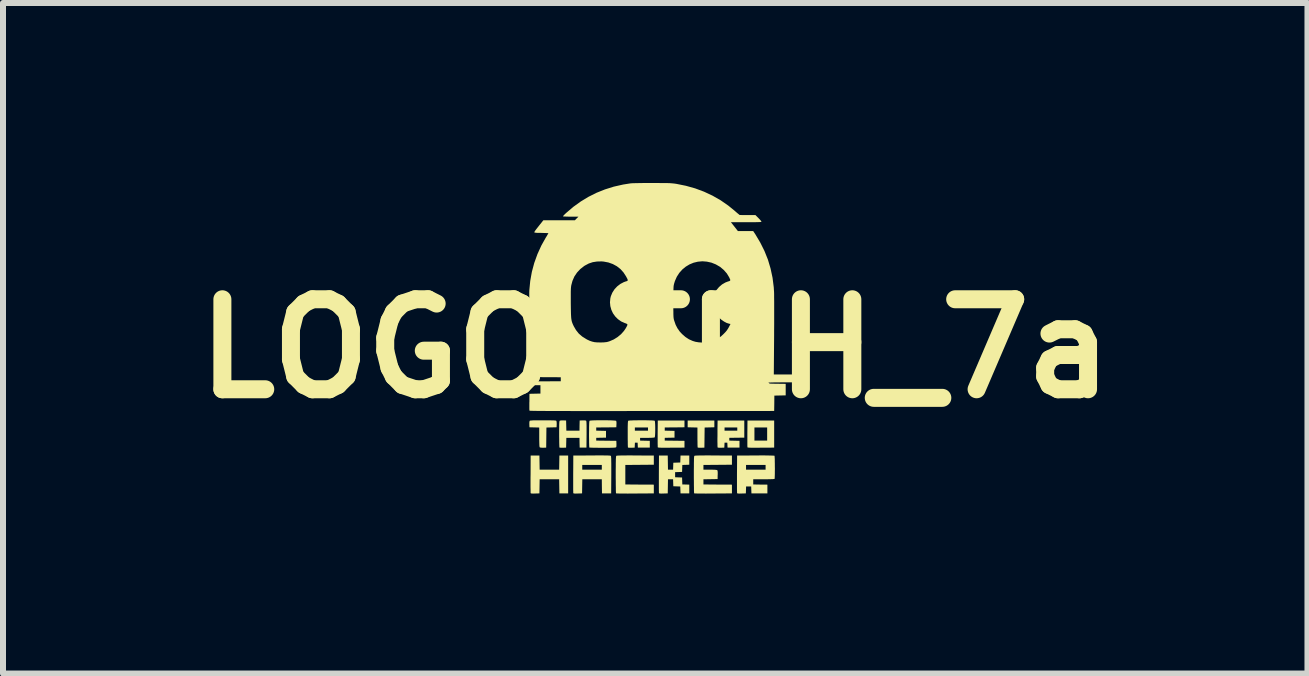
<source format=kicad_pcb>
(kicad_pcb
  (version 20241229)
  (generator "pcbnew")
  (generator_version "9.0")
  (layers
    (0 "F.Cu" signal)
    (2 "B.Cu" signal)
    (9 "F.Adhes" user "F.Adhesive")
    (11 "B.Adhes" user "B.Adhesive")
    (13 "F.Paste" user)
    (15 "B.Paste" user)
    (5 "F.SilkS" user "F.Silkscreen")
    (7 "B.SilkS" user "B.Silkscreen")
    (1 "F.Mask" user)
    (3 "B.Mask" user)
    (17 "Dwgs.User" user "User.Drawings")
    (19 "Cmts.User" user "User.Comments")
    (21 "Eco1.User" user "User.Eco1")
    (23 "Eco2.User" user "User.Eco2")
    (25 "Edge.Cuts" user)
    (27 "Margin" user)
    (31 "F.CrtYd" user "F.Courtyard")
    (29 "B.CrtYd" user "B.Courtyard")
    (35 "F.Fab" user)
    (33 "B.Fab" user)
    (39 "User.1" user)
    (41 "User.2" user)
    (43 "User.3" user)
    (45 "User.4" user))
  (footprint "LOGO_TRH_7a"
    (layer "F.Cu")
    (at 7.871 2.76)
    (property "Reference" "LOGO_TRH_7a" (at 0 0 0) (layer "F.SilkS") (effects (font (size 1.5 1.5) (thickness 0.3))))
    (attr board_only exclude_from_pos_files exclude_from_bom)
    (fp_poly (pts (xy 0.986 1.255) (xy 0.986 1.312) (xy 0.905 1.314) (xy 0.824 1.316) (xy 0.822 1.483) (xy 0.82 1.651) (xy 0.767 1.653) (xy 0.741 1.653) (xy 0.721 1.652) (xy 0.71 1.65) (xy 0.709 1.65) (xy 0.707 1.642) (xy 0.706 1.623) (xy 0.705 1.594) (xy 0.705 1.558) (xy 0.704 1.516) (xy 0.704 1.48) (xy 0.704 1.316) (xy 0.623 1.314) (xy 0.541 1.312) (xy 0.541 1.255) (xy 0.541 1.199) (xy 0.764 1.199) (xy 0.986 1.199)) (stroke (width 0) (type solid)) (fill yes) (layer "F.SilkS"))
    (fp_poly (pts (xy 1.983 1.425) (xy 1.983 1.651) (xy 1.762 1.652) (xy 1.699 1.653) (xy 1.649 1.653) (xy 1.609 1.653) (xy 1.579 1.652) (xy 1.559 1.651) (xy 1.545 1.649) (xy 1.539 1.647) (xy 1.537 1.646) (xy 1.537 1.637) (xy 1.536 1.617) (xy 1.536 1.587) (xy 1.536 1.548) (xy 1.536 1.503) (xy 1.536 1.453) (xy 1.536 1.425) (xy 1.654 1.425) (xy 1.654 1.534) (xy 1.76 1.534) (xy 1.866 1.534) (xy 1.866 1.425) (xy 1.866 1.315) (xy 1.76 1.315) (xy 1.654 1.315) (xy 1.654 1.425) (xy 1.536 1.425) (xy 1.536 1.418) (xy 1.538 1.199) (xy 1.76 1.199) (xy 1.983 1.199)) (stroke (width 0) (type solid)) (fill yes) (layer "F.SilkS"))
    (fp_poly (pts (xy -1.928 1.901) (xy -1.926 2.019) (xy -1.764 2.019) (xy -1.601 2.019) (xy -1.599 1.901) (xy -1.597 1.783) (xy -1.524 1.783) (xy -1.451 1.783) (xy -1.451 2.099) (xy -1.451 2.414) (xy -1.524 2.414) (xy -1.597 2.414) (xy -1.599 2.297) (xy -1.601 2.179) (xy -1.764 2.179) (xy -1.926 2.179) (xy -1.928 2.297) (xy -1.93 2.414) (xy -2.001 2.416) (xy -2.035 2.417) (xy -2.058 2.416) (xy -2.071 2.414) (xy -2.076 2.41) (xy -2.077 2.402) (xy -2.077 2.381) (xy -2.077 2.351) (xy -2.078 2.311) (xy -2.078 2.263) (xy -2.078 2.209) (xy -2.078 2.149) (xy -2.077 2.092) (xy -2.076 1.783) (xy -2.003 1.783) (xy -1.93 1.783)) (stroke (width 0) (type solid)) (fill yes) (layer "F.SilkS"))
    (fp_poly (pts (xy 0.488 1.255) (xy 0.488 1.312) (xy 0.324 1.314) (xy 0.159 1.315) (xy 0.159 1.342) (xy 0.159 1.368) (xy 0.241 1.37) (xy 0.322 1.372) (xy 0.322 1.428) (xy 0.322 1.485) (xy 0.241 1.486) (xy 0.159 1.488) (xy 0.159 1.511) (xy 0.159 1.534) (xy 0.324 1.536) (xy 0.488 1.538) (xy 0.488 1.594) (xy 0.488 1.651) (xy 0.267 1.652) (xy 0.205 1.653) (xy 0.154 1.653) (xy 0.115 1.653) (xy 0.085 1.652) (xy 0.064 1.651) (xy 0.051 1.649) (xy 0.044 1.647) (xy 0.043 1.646) (xy 0.042 1.637) (xy 0.042 1.617) (xy 0.041 1.587) (xy 0.041 1.548) (xy 0.041 1.503) (xy 0.041 1.453) (xy 0.041 1.418) (xy 0.043 1.199) (xy 0.266 1.199) (xy 0.488 1.199)) (stroke (width 0) (type solid)) (fill yes) (layer "F.SilkS"))
    (fp_poly (pts (xy -1.809 1.196) (xy -1.76 1.196) (xy -1.722 1.197) (xy -1.693 1.197) (xy -1.673 1.199) (xy -1.659 1.2) (xy -1.651 1.203) (xy -1.648 1.205) (xy -1.644 1.217) (xy -1.642 1.241) (xy -1.642 1.263) (xy -1.644 1.312) (xy -1.729 1.314) (xy -1.813 1.316) (xy -1.815 1.483) (xy -1.817 1.651) (xy -1.867 1.653) (xy -1.899 1.652) (xy -1.919 1.649) (xy -1.925 1.646) (xy -1.927 1.64) (xy -1.93 1.625) (xy -1.931 1.602) (xy -1.932 1.568) (xy -1.933 1.523) (xy -1.933 1.477) (xy -1.933 1.316) (xy -2.014 1.314) (xy -2.096 1.312) (xy -2.098 1.263) (xy -2.098 1.234) (xy -2.095 1.213) (xy -2.092 1.205) (xy -2.088 1.202) (xy -2.079 1.2) (xy -2.064 1.199) (xy -2.043 1.197) (xy -2.013 1.196) (xy -1.973 1.196) (xy -1.922 1.196) (xy -1.87 1.196)) (stroke (width 0) (type solid)) (fill yes) (layer "F.SilkS"))
    (fp_poly (pts (xy 1.485 1.342) (xy 1.485 1.485) (xy 1.36 1.486) (xy 1.235 1.488) (xy 1.235 1.511) (xy 1.235 1.534) (xy 1.32 1.536) (xy 1.405 1.538) (xy 1.405 1.594) (xy 1.405 1.651) (xy 1.305 1.651) (xy 1.206 1.651) (xy 1.204 1.609) (xy 1.202 1.568) (xy 1.179 1.568) (xy 1.156 1.568) (xy 1.154 1.609) (xy 1.152 1.651) (xy 1.098 1.653) (xy 1.068 1.653) (xy 1.049 1.651) (xy 1.041 1.648) (xy 1.039 1.646) (xy 1.039 1.637) (xy 1.038 1.617) (xy 1.038 1.587) (xy 1.037 1.548) (xy 1.037 1.503) (xy 1.038 1.453) (xy 1.038 1.418) (xy 1.038 1.342) (xy 1.156 1.342) (xy 1.156 1.368) (xy 1.262 1.368) (xy 1.368 1.368) (xy 1.368 1.342) (xy 1.368 1.315) (xy 1.262 1.315) (xy 1.156 1.315) (xy 1.156 1.342) (xy 1.038 1.342) (xy 1.04 1.199) (xy 1.262 1.199) (xy 1.485 1.199)) (stroke (width 0) (type solid)) (fill yes) (layer "F.SilkS"))
    (fp_poly (pts (xy -0.393 1.781) (xy -0.331 1.782) (xy -0.023 1.783) (xy -0.023 1.86) (xy -0.023 1.936) (xy -0.261 1.938) (xy -0.498 1.94) (xy -0.498 2.102) (xy -0.498 2.265) (xy -0.261 2.267) (xy -0.023 2.268) (xy -0.023 2.341) (xy -0.023 2.414) (xy -0.336 2.416) (xy -0.399 2.416) (xy -0.458 2.417) (xy -0.512 2.416) (xy -0.559 2.416) (xy -0.598 2.416) (xy -0.627 2.415) (xy -0.646 2.414) (xy -0.653 2.413) (xy -0.654 2.406) (xy -0.655 2.387) (xy -0.656 2.357) (xy -0.656 2.318) (xy -0.657 2.27) (xy -0.657 2.217) (xy -0.658 2.158) (xy -0.658 2.102) (xy -0.658 2.028) (xy -0.657 1.966) (xy -0.657 1.916) (xy -0.656 1.875) (xy -0.656 1.844) (xy -0.654 1.821) (xy -0.653 1.804) (xy -0.651 1.794) (xy -0.649 1.788) (xy -0.649 1.788) (xy -0.642 1.786) (xy -0.626 1.784) (xy -0.601 1.783) (xy -0.566 1.782) (xy -0.52 1.782) (xy -0.462 1.781)) (stroke (width 0) (type solid)) (fill yes) (layer "F.SilkS"))
    (fp_poly (pts (xy -1.533 1.197) (xy -1.485 1.199) (xy -1.483 1.284) (xy -1.481 1.368) (xy -1.372 1.368) (xy -1.262 1.368) (xy -1.261 1.284) (xy -1.259 1.199) (xy -1.208 1.197) (xy -1.179 1.197) (xy -1.161 1.199) (xy -1.151 1.203) (xy -1.15 1.204) (xy -1.148 1.211) (xy -1.146 1.227) (xy -1.145 1.251) (xy -1.144 1.286) (xy -1.144 1.332) (xy -1.144 1.389) (xy -1.144 1.432) (xy -1.146 1.651) (xy -1.202 1.651) (xy -1.259 1.651) (xy -1.261 1.569) (xy -1.262 1.488) (xy -1.372 1.488) (xy -1.481 1.488) (xy -1.483 1.569) (xy -1.485 1.651) (xy -1.538 1.653) (xy -1.563 1.653) (xy -1.584 1.652) (xy -1.595 1.65) (xy -1.596 1.65) (xy -1.597 1.642) (xy -1.598 1.623) (xy -1.599 1.594) (xy -1.6 1.556) (xy -1.6 1.511) (xy -1.601 1.461) (xy -1.601 1.428) (xy -1.601 1.367) (xy -1.6 1.317) (xy -1.6 1.279) (xy -1.599 1.25) (xy -1.598 1.229) (xy -1.596 1.215) (xy -1.594 1.206) (xy -1.591 1.203) (xy -1.579 1.199) (xy -1.556 1.197)) (stroke (width 0) (type solid)) (fill yes) (layer "F.SilkS"))
    (fp_poly (pts (xy -0.869 1.781) (xy -0.828 1.782) (xy -0.796 1.782) (xy -0.773 1.783) (xy -0.756 1.784) (xy -0.746 1.786) (xy -0.74 1.788) (xy -0.738 1.789) (xy -0.736 1.796) (xy -0.735 1.811) (xy -0.733 1.835) (xy -0.733 1.87) (xy -0.732 1.915) (xy -0.732 1.971) (xy -0.732 2.04) (xy -0.732 2.106) (xy -0.734 2.414) (xy -0.81 2.414) (xy -0.887 2.414) (xy -0.889 2.297) (xy -0.89 2.179) (xy -1.053 2.179) (xy -1.215 2.179) (xy -1.217 2.297) (xy -1.219 2.414) (xy -1.29 2.416) (xy -1.325 2.417) (xy -1.347 2.416) (xy -1.36 2.414) (xy -1.365 2.41) (xy -1.366 2.402) (xy -1.366 2.381) (xy -1.367 2.351) (xy -1.367 2.311) (xy -1.367 2.263) (xy -1.367 2.209) (xy -1.367 2.149) (xy -1.367 2.092) (xy -1.366 1.979) (xy -1.216 1.979) (xy -1.216 2.019) (xy -1.053 2.019) (xy -0.89 2.019) (xy -0.89 1.979) (xy -0.89 1.94) (xy -1.053 1.94) (xy -1.216 1.94) (xy -1.216 1.979) (xy -1.366 1.979) (xy -1.365 1.783) (xy -1.055 1.782) (xy -0.981 1.781) (xy -0.919 1.781)) (stroke (width 0) (type solid)) (fill yes) (layer "F.SilkS"))
    (fp_poly (pts (xy 0.211 1.901) (xy 0.213 2.019) (xy 0.256 2.019) (xy 0.298 2.019) (xy 0.3 1.961) (xy 0.302 1.903) (xy 0.36 1.901) (xy 0.418 1.899) (xy 0.42 1.841) (xy 0.422 1.783) (xy 0.495 1.783) (xy 0.568 1.783) (xy 0.568 1.86) (xy 0.568 1.936) (xy 0.51 1.938) (xy 0.452 1.94) (xy 0.45 1.998) (xy 0.448 2.056) (xy 0.39 2.058) (xy 0.332 2.06) (xy 0.332 2.102) (xy 0.332 2.145) (xy 0.39 2.147) (xy 0.448 2.149) (xy 0.45 2.207) (xy 0.452 2.265) (xy 0.51 2.266) (xy 0.568 2.268) (xy 0.568 2.341) (xy 0.568 2.414) (xy 0.495 2.414) (xy 0.422 2.414) (xy 0.42 2.357) (xy 0.418 2.299) (xy 0.36 2.297) (xy 0.302 2.295) (xy 0.3 2.237) (xy 0.298 2.179) (xy 0.256 2.179) (xy 0.213 2.179) (xy 0.211 2.297) (xy 0.209 2.414) (xy 0.138 2.416) (xy 0.104 2.417) (xy 0.081 2.416) (xy 0.068 2.414) (xy 0.063 2.41) (xy 0.062 2.402) (xy 0.062 2.381) (xy 0.061 2.351) (xy 0.061 2.311) (xy 0.061 2.263) (xy 0.061 2.209) (xy 0.061 2.149) (xy 0.061 2.092) (xy 0.063 1.783) (xy 0.136 1.783) (xy 0.209 1.783)) (stroke (width 0) (type solid)) (fill yes) (layer "F.SilkS"))
    (fp_poly (pts (xy 0.909 1.781) (xy 0.971 1.782) (xy 1.279 1.783) (xy 1.279 1.86) (xy 1.279 1.936) (xy 1.041 1.938) (xy 0.804 1.94) (xy 0.804 1.979) (xy 0.804 2.019) (xy 0.916 2.019) (xy 0.959 2.019) (xy 0.991 2.02) (xy 1.013 2.022) (xy 1.027 2.024) (xy 1.034 2.027) (xy 1.036 2.029) (xy 1.04 2.041) (xy 1.042 2.066) (xy 1.042 2.103) (xy 1.041 2.107) (xy 1.04 2.175) (xy 0.922 2.177) (xy 0.804 2.179) (xy 0.804 2.222) (xy 0.804 2.265) (xy 1.041 2.267) (xy 1.279 2.268) (xy 1.279 2.341) (xy 1.279 2.414) (xy 0.966 2.416) (xy 0.903 2.416) (xy 0.844 2.417) (xy 0.79 2.416) (xy 0.743 2.416) (xy 0.704 2.416) (xy 0.674 2.415) (xy 0.656 2.414) (xy 0.649 2.413) (xy 0.648 2.406) (xy 0.647 2.387) (xy 0.646 2.357) (xy 0.646 2.318) (xy 0.645 2.27) (xy 0.645 2.217) (xy 0.644 2.158) (xy 0.644 2.102) (xy 0.644 2.028) (xy 0.645 1.966) (xy 0.645 1.916) (xy 0.646 1.875) (xy 0.646 1.844) (xy 0.647 1.821) (xy 0.649 1.804) (xy 0.65 1.794) (xy 0.653 1.788) (xy 0.653 1.788) (xy 0.66 1.786) (xy 0.676 1.784) (xy 0.701 1.783) (xy 0.736 1.782) (xy 0.782 1.782) (xy 0.839 1.781)) (stroke (width 0) (type solid)) (fill yes) (layer "F.SilkS"))
    (fp_poly (pts (xy -0.863 1.195) (xy -0.816 1.195) (xy -0.771 1.196) (xy -0.731 1.197) (xy -0.697 1.199) (xy -0.671 1.201) (xy -0.655 1.203) (xy -0.651 1.205) (xy -0.647 1.217) (xy -0.645 1.241) (xy -0.646 1.263) (xy -0.648 1.312) (xy -0.815 1.314) (xy -0.983 1.315) (xy -0.983 1.342) (xy -0.983 1.368) (xy -0.902 1.37) (xy -0.82 1.372) (xy -0.82 1.428) (xy -0.82 1.485) (xy -0.902 1.486) (xy -0.983 1.488) (xy -0.983 1.511) (xy -0.983 1.534) (xy -0.815 1.536) (xy -0.648 1.538) (xy -0.646 1.586) (xy -0.646 1.616) (xy -0.648 1.637) (xy -0.651 1.645) (xy -0.656 1.647) (xy -0.664 1.649) (xy -0.679 1.651) (xy -0.7 1.652) (xy -0.73 1.653) (xy -0.77 1.654) (xy -0.82 1.654) (xy -0.876 1.654) (xy -0.929 1.654) (xy -0.977 1.653) (xy -1.019 1.653) (xy -1.054 1.652) (xy -1.08 1.651) (xy -1.095 1.65) (xy -1.098 1.649) (xy -1.099 1.642) (xy -1.1 1.623) (xy -1.101 1.594) (xy -1.102 1.556) (xy -1.102 1.511) (xy -1.103 1.461) (xy -1.103 1.428) (xy -1.102 1.364) (xy -1.102 1.311) (xy -1.101 1.271) (xy -1.1 1.24) (xy -1.098 1.22) (xy -1.096 1.208) (xy -1.095 1.204) (xy -1.086 1.201) (xy -1.065 1.199) (xy -1.036 1.197) (xy -0.999 1.196) (xy -0.956 1.195) (xy -0.91 1.195)) (stroke (width 0) (type solid)) (fill yes) (layer "F.SilkS"))
    (fp_poly (pts (xy 1.82 1.781) (xy 1.878 1.782) (xy 1.924 1.783) (xy 1.958 1.784) (xy 1.979 1.785) (xy 1.988 1.786) (xy 1.988 1.787) (xy 1.99 1.795) (xy 1.991 1.814) (xy 1.993 1.842) (xy 1.993 1.878) (xy 1.994 1.918) (xy 1.994 1.961) (xy 1.995 2.005) (xy 1.994 2.048) (xy 1.994 2.088) (xy 1.993 2.122) (xy 1.992 2.149) (xy 1.991 2.166) (xy 1.99 2.172) (xy 1.981 2.174) (xy 1.96 2.176) (xy 1.925 2.177) (xy 1.877 2.178) (xy 1.815 2.179) (xy 1.81 2.179) (xy 1.634 2.179) (xy 1.634 2.222) (xy 1.634 2.265) (xy 1.752 2.267) (xy 1.87 2.268) (xy 1.87 2.341) (xy 1.87 2.414) (xy 1.737 2.414) (xy 1.604 2.414) (xy 1.602 2.356) (xy 1.6 2.298) (xy 1.558 2.298) (xy 1.515 2.298) (xy 1.513 2.356) (xy 1.511 2.414) (xy 1.44 2.416) (xy 1.405 2.417) (xy 1.383 2.416) (xy 1.37 2.414) (xy 1.365 2.41) (xy 1.364 2.402) (xy 1.364 2.381) (xy 1.363 2.351) (xy 1.363 2.311) (xy 1.363 2.263) (xy 1.363 2.209) (xy 1.363 2.149) (xy 1.363 2.092) (xy 1.364 1.979) (xy 1.514 1.979) (xy 1.514 2.019) (xy 1.677 2.019) (xy 1.84 2.019) (xy 1.84 1.979) (xy 1.84 1.94) (xy 1.677 1.94) (xy 1.514 1.94) (xy 1.514 1.979) (xy 1.364 1.979) (xy 1.365 1.783) (xy 1.673 1.782) (xy 1.752 1.781)) (stroke (width 0) (type solid)) (fill yes) (layer "F.SilkS"))
    (fp_poly (pts (xy -0.172 1.195) (xy -0.127 1.196) (xy -0.087 1.197) (xy -0.053 1.198) (xy -0.027 1.2) (xy -0.012 1.202) (xy -0.008 1.204) (xy -0.005 1.213) (xy -0.003 1.233) (xy -0.001 1.262) (xy 0.000001 1.296) (xy 0.000455 1.333) (xy 0.000292 1.371) (xy -0.000486 1.406) (xy -0.002 1.438) (xy -0.004 1.462) (xy -0.007 1.477) (xy -0.008 1.48) (xy -0.016 1.483) (xy -0.035 1.485) (xy -0.065 1.487) (xy -0.106 1.488) (xy -0.134 1.488) (xy -0.252 1.488) (xy -0.252 1.511) (xy -0.252 1.534) (xy -0.171 1.536) (xy -0.09 1.538) (xy -0.09 1.594) (xy -0.09 1.651) (xy -0.189 1.651) (xy -0.289 1.651) (xy -0.291 1.609) (xy -0.293 1.568) (xy -0.316 1.568) (xy -0.338 1.568) (xy -0.34 1.609) (xy -0.342 1.651) (xy -0.396 1.653) (xy -0.421 1.653) (xy -0.441 1.652) (xy -0.453 1.65) (xy -0.454 1.65) (xy -0.455 1.642) (xy -0.456 1.623) (xy -0.457 1.594) (xy -0.457 1.556) (xy -0.458 1.511) (xy -0.458 1.461) (xy -0.458 1.428) (xy -0.458 1.364) (xy -0.458 1.342) (xy -0.339 1.342) (xy -0.339 1.368) (xy -0.229 1.368) (xy -0.12 1.368) (xy -0.12 1.342) (xy -0.12 1.315) (xy -0.229 1.315) (xy -0.339 1.315) (xy -0.339 1.342) (xy -0.458 1.342) (xy -0.458 1.311) (xy -0.457 1.271) (xy -0.456 1.24) (xy -0.454 1.22) (xy -0.452 1.208) (xy -0.45 1.204) (xy -0.442 1.201) (xy -0.421 1.199) (xy -0.392 1.198) (xy -0.355 1.196) (xy -0.312 1.196) (xy -0.267 1.195) (xy -0.219 1.195)) (stroke (width 0) (type solid)) (fill yes) (layer "F.SilkS"))
    (fp_poly (pts (xy -0.053 -2.76) (xy 0.021 -2.76) (xy 0.083 -2.759) (xy 0.135 -2.759) (xy 0.179 -2.759) (xy 0.214 -2.758) (xy 0.244 -2.757) (xy 0.27 -2.755) (xy 0.292 -2.753) (xy 0.314 -2.751) (xy 0.335 -2.748) (xy 0.355 -2.745) (xy 0.513 -2.713) (xy 0.666 -2.67) (xy 0.814 -2.615) (xy 0.955 -2.549) (xy 1.09 -2.472) (xy 1.217 -2.384) (xy 1.318 -2.302) (xy 1.342 -2.281) (xy 1.364 -2.262) (xy 1.382 -2.247) (xy 1.386 -2.244) (xy 1.408 -2.226) (xy 1.539 -2.225) (xy 1.671 -2.225) (xy 1.723 -2.173) (xy 1.745 -2.15) (xy 1.761 -2.131) (xy 1.77 -2.118) (xy 1.771 -2.113) (xy 1.764 -2.111) (xy 1.748 -2.109) (xy 1.722 -2.108) (xy 1.684 -2.107) (xy 1.635 -2.106) (xy 1.573 -2.106) (xy 1.514 -2.106) (xy 1.262 -2.106) (xy 1.32 -2.033) (xy 1.378 -1.959) (xy 1.505 -1.959) (xy 1.633 -1.959) (xy 1.669 -1.905) (xy 1.751 -1.767) (xy 1.821 -1.627) (xy 1.879 -1.482) (xy 1.923 -1.334) (xy 1.956 -1.18) (xy 1.976 -1.022) (xy 1.979 -0.973) (xy 1.981 -0.945) (xy 1.982 -0.904) (xy 1.982 -0.851) (xy 1.983 -0.785) (xy 1.983 -0.708) (xy 1.983 -0.619) (xy 1.983 -0.52) (xy 1.983 -0.41) (xy 1.982 -0.289) (xy 1.982 -0.218) (xy 1.977 0.432) (xy 2.237 0.432) (xy 2.304 0.432) (xy 2.359 0.432) (xy 2.403 0.433) (xy 2.438 0.433) (xy 2.464 0.434) (xy 2.482 0.436) (xy 2.494 0.437) (xy 2.501 0.439) (xy 2.504 0.441) (xy 2.508 0.454) (xy 2.51 0.478) (xy 2.509 0.506) (xy 2.507 0.561) (xy 2.18 0.563) (xy 2.105 0.563) (xy 2.042 0.564) (xy 1.99 0.564) (xy 1.949 0.565) (xy 1.916 0.566) (xy 1.891 0.567) (xy 1.874 0.568) (xy 1.863 0.57) (xy 1.856 0.571) (xy 1.853 0.574) (xy 1.853 0.575) (xy 1.855 0.578) (xy 1.861 0.58) (xy 1.873 0.582) (xy 1.892 0.583) (xy 1.92 0.584) (xy 1.958 0.585) (xy 2.008 0.586) (xy 2.014 0.586) (xy 2.175 0.588) (xy 2.175 0.684) (xy 2.175 0.78) (xy 2.081 0.782) (xy 1.986 0.784) (xy 1.985 0.912) (xy 1.983 1.04) (xy -0.055 1.041) (xy -0.256 1.041) (xy -0.444 1.041) (xy -0.619 1.042) (xy -0.782 1.042) (xy -0.934 1.042) (xy -1.074 1.042) (xy -1.203 1.042) (xy -1.322 1.042) (xy -1.43 1.041) (xy -1.529 1.041) (xy -1.618 1.041) (xy -1.698 1.041) (xy -1.77 1.041) (xy -1.833 1.04) (xy -1.888 1.04) (xy -1.936 1.039) (xy -1.977 1.039) (xy -2.011 1.038) (xy -2.039 1.038) (xy -2.061 1.037) (xy -2.077 1.037) (xy -2.088 1.036) (xy -2.094 1.035) (xy -2.096 1.034) (xy -2.097 1.025) (xy -2.098 1.005) (xy -2.098 0.976) (xy -2.098 0.94) (xy -2.098 0.899) (xy -2.097 0.89) (xy -2.096 0.754) (xy -2.004 0.752) (xy -1.913 0.75) (xy -1.913 0.681) (xy -1.913 0.611) (xy -2.071 0.61) (xy -2.228 0.608) (xy -2.228 0.578) (xy -2.228 0.548) (xy -1.901 0.546) (xy -1.574 0.545) (xy -1.574 0.511) (xy -1.574 0.478) (xy -1.835 0.477) (xy -2.096 0.475) (xy -2.099 -0.203) (xy -2.099 -0.299) (xy -2.1 -0.392) (xy -2.1 -0.483) (xy -2.1 -0.569) (xy -2.1 -0.65) (xy -2.1 -0.724) (xy -2.1 -0.791) (xy -2.099 -0.85) (xy -2.099 -0.899) (xy -2.099 -0.908) (xy -1.407 -0.908) (xy -1.407 -0.86) (xy -1.407 -0.801) (xy -1.407 -0.753) (xy -1.406 -0.684) (xy -1.405 -0.627) (xy -1.404 -0.579) (xy -1.402 -0.54) (xy -1.4 -0.509) (xy -1.396 -0.482) (xy -1.392 -0.46) (xy -1.386 -0.439) (xy -1.379 -0.42) (xy -1.37 -0.399) (xy -1.359 -0.376) (xy -1.359 -0.375) (xy -1.32 -0.308) (xy -1.273 -0.249) (xy -1.216 -0.2) (xy -1.149 -0.158) (xy -1.133 -0.149) (xy -1.09 -0.129) (xy -1.051 -0.116) (xy -1.012 -0.107) (xy -0.969 -0.103) (xy -0.918 -0.102) (xy -0.9 -0.102) (xy -0.861 -0.103) (xy -0.831 -0.106) (xy -0.806 -0.109) (xy -0.783 -0.115) (xy -0.761 -0.122) (xy -0.691 -0.152) (xy -0.627 -0.192) (xy -0.569 -0.24) (xy -0.521 -0.294) (xy -0.493 -0.335) (xy -0.476 -0.365) (xy -0.466 -0.386) (xy -0.463 -0.399) (xy -0.467 -0.408) (xy -0.479 -0.415) (xy -0.499 -0.423) (xy -0.506 -0.425) (xy -0.567 -0.452) (xy -0.621 -0.49) (xy -0.666 -0.535) (xy -0.704 -0.588) (xy -0.731 -0.646) (xy -0.748 -0.708) (xy -0.754 -0.772) (xy -0.753 -0.78) (xy 0.302 -0.78) (xy 0.302 -0.774) (xy 0.302 -0.708) (xy 0.302 -0.654) (xy 0.303 -0.61) (xy 0.303 -0.576) (xy 0.304 -0.548) (xy 0.305 -0.526) (xy 0.307 -0.509) (xy 0.309 -0.494) (xy 0.312 -0.481) (xy 0.316 -0.468) (xy 0.318 -0.462) (xy 0.341 -0.396) (xy 0.371 -0.338) (xy 0.409 -0.284) (xy 0.448 -0.242) (xy 0.504 -0.193) (xy 0.562 -0.155) (xy 0.625 -0.127) (xy 0.671 -0.113) (xy 0.725 -0.104) (xy 0.785 -0.1) (xy 0.846 -0.102) (xy 0.902 -0.11) (xy 0.914 -0.113) (xy 0.982 -0.135) (xy 1.043 -0.165) (xy 1.099 -0.205) (xy 1.139 -0.242) (xy 1.171 -0.275) (xy 1.195 -0.304) (xy 1.214 -0.333) (xy 1.227 -0.356) (xy 1.255 -0.41) (xy 1.233 -0.414) (xy 1.192 -0.427) (xy 1.148 -0.45) (xy 1.103 -0.481) (xy 1.063 -0.517) (xy 1.023 -0.561) (xy 0.995 -0.605) (xy 0.974 -0.654) (xy 0.966 -0.681) (xy 0.959 -0.716) (xy 0.957 -0.758) (xy 0.958 -0.802) (xy 0.963 -0.843) (xy 0.966 -0.859) (xy 0.989 -0.92) (xy 1.022 -0.976) (xy 1.064 -1.026) (xy 1.114 -1.069) (xy 1.169 -1.101) (xy 1.21 -1.117) (xy 1.234 -1.124) (xy 1.247 -1.131) (xy 1.252 -1.141) (xy 1.248 -1.155) (xy 1.237 -1.178) (xy 1.234 -1.186) (xy 1.194 -1.252) (xy 1.143 -1.31) (xy 1.083 -1.361) (xy 1.014 -1.401) (xy 1.013 -1.402) (xy 0.938 -1.432) (xy 0.861 -1.449) (xy 0.786 -1.455) (xy 0.711 -1.448) (xy 0.64 -1.431) (xy 0.572 -1.403) (xy 0.509 -1.365) (xy 0.452 -1.318) (xy 0.402 -1.262) (xy 0.36 -1.197) (xy 0.328 -1.124) (xy 0.314 -1.078) (xy 0.311 -1.064) (xy 0.308 -1.05) (xy 0.306 -1.032) (xy 0.305 -1.01) (xy 0.304 -0.982) (xy 0.303 -0.946) (xy 0.303 -0.901) (xy 0.302 -0.847) (xy 0.302 -0.78) (xy -0.753 -0.78) (xy -0.748 -0.837) (xy -0.739 -0.874) (xy -0.714 -0.933) (xy -0.678 -0.989) (xy -0.633 -1.037) (xy -0.581 -1.077) (xy -0.524 -1.107) (xy -0.497 -1.117) (xy -0.476 -1.123) (xy -0.463 -1.129) (xy -0.458 -1.137) (xy -0.459 -1.149) (xy -0.467 -1.168) (xy -0.482 -1.195) (xy -0.485 -1.202) (xy -0.528 -1.268) (xy -0.579 -1.325) (xy -0.639 -1.372) (xy -0.707 -1.409) (xy -0.78 -1.435) (xy -0.859 -1.45) (xy -0.893 -1.453) (xy -0.97 -1.451) (xy -1.041 -1.44) (xy -1.107 -1.418) (xy -1.171 -1.384) (xy -1.184 -1.376) (xy -1.249 -1.325) (xy -1.303 -1.267) (xy -1.347 -1.202) (xy -1.379 -1.129) (xy -1.398 -1.058) (xy -1.401 -1.042) (xy -1.403 -1.025) (xy -1.405 -1.004) (xy -1.406 -0.979) (xy -1.407 -0.947) (xy -1.407 -0.908) (xy -2.099 -0.908) (xy -2.099 -0.937) (xy -2.098 -0.964) (xy -2.098 -0.973) (xy -2.083 -1.127) (xy -2.056 -1.278) (xy -2.016 -1.427) (xy -1.963 -1.574) (xy -1.898 -1.717) (xy -1.824 -1.849) (xy -1.807 -1.876) (xy -1.794 -1.899) (xy -1.784 -1.916) (xy -1.78 -1.923) (xy -1.78 -1.923) (xy -1.786 -1.924) (xy -1.804 -1.925) (xy -1.83 -1.926) (xy -1.864 -1.927) (xy -1.898 -1.928) (xy -1.941 -1.929) (xy -1.972 -1.929) (xy -1.993 -1.931) (xy -2.006 -1.933) (xy -2.013 -1.935) (xy -2.015 -1.939) (xy -2.015 -1.94) (xy -2.011 -1.949) (xy -2 -1.966) (xy -1.983 -1.989) (xy -1.961 -2.017) (xy -1.939 -2.045) (xy -1.864 -2.139) (xy -1.601 -2.139) (xy -1.338 -2.139) (xy -1.309 -2.169) (xy -1.279 -2.199) (xy -1.406 -2.199) (xy -1.446 -2.199) (xy -1.481 -2.2) (xy -1.509 -2.201) (xy -1.529 -2.202) (xy -1.537 -2.204) (xy -1.537 -2.204) (xy -1.534 -2.21) (xy -1.522 -2.224) (xy -1.505 -2.241) (xy -1.486 -2.259) (xy -1.365 -2.362) (xy -1.24 -2.452) (xy -1.111 -2.53) (xy -0.977 -2.597) (xy -0.837 -2.653) (xy -0.69 -2.699) (xy -0.535 -2.734) (xy -0.428 -2.751) (xy -0.407 -2.754) (xy -0.376 -2.756) (xy -0.336 -2.757) (xy -0.286 -2.758) (xy -0.225 -2.759) (xy -0.153 -2.76) (xy -0.068 -2.76)) (stroke (width 0) (type solid)) (fill yes) (layer "F.SilkS")))
  (gr_rect
    (start -3 -3)
    (end 18.743 8.176)
    (stroke (width 0.1) (type default))
    (fill no)
    (layer "Edge.Cuts")))
</source>
